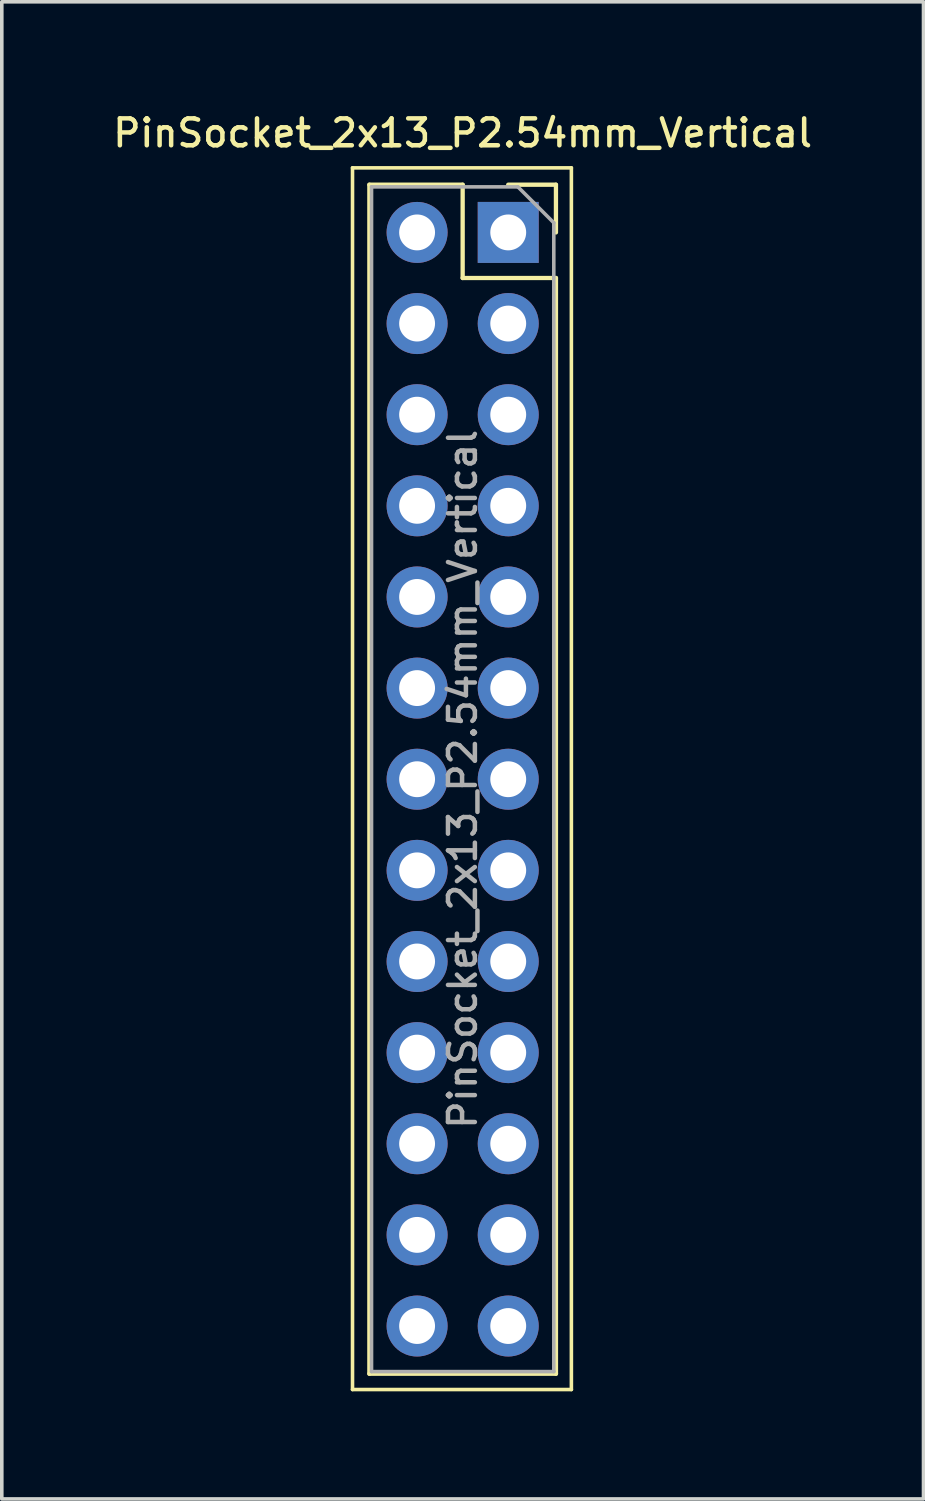
<source format=kicad_pcb>
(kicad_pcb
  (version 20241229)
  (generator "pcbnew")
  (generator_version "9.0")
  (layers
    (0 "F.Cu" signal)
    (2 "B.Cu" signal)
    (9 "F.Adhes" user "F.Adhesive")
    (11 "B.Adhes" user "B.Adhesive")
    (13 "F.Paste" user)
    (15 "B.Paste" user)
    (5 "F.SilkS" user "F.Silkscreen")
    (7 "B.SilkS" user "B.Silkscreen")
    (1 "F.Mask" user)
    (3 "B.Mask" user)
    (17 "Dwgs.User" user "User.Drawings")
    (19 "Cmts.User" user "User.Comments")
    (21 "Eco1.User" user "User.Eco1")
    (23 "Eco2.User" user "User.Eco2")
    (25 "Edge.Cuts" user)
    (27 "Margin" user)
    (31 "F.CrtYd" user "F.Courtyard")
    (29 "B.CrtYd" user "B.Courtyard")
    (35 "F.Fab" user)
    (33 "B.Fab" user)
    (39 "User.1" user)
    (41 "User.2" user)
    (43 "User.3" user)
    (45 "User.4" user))
  (footprint "PinSocket_2x13_P2.54mm_Vertical"
    (layer "F.Cu")
    (at 11.115 3.428)
    (property "Reference" "PinSocket_2x13_P2.54mm_Vertical" (at -1.27 -2.77 0) (layer "F.SilkS") (effects (font (size 0.75 0.75) (thickness 0.125))))
    (attr through_hole)
    (fp_line (start -4.34 -1.8) (end 1.76 -1.8) (stroke (width 0.1) (type solid)) (layer "F.SilkS"))
    (fp_line (start -4.34 32.25) (end -4.34 -1.8) (stroke (width 0.1) (type solid)) (layer "F.SilkS"))
    (fp_line (start -3.87 -1.33) (end -3.87 31.81) (stroke (width 0.12) (type solid)) (layer "F.SilkS"))
    (fp_line (start -3.87 -1.33) (end -1.27 -1.33) (stroke (width 0.12) (type solid)) (layer "F.SilkS"))
    (fp_line (start -3.87 31.81) (end 1.33 31.81) (stroke (width 0.12) (type solid)) (layer "F.SilkS"))
    (fp_line (start -1.27 -1.33) (end -1.27 1.27) (stroke (width 0.12) (type solid)) (layer "F.SilkS"))
    (fp_line (start -1.27 1.27) (end 1.33 1.27) (stroke (width 0.12) (type solid)) (layer "F.SilkS"))
    (fp_line (start 0 -1.33) (end 1.33 -1.33) (stroke (width 0.12) (type solid)) (layer "F.SilkS"))
    (fp_line (start 1.33 -1.33) (end 1.33 0) (stroke (width 0.12) (type solid)) (layer "F.SilkS"))
    (fp_line (start 1.33 1.27) (end 1.33 31.81) (stroke (width 0.12) (type solid)) (layer "F.SilkS"))
    (fp_line (start 1.76 -1.8) (end 1.76 32.25) (stroke (width 0.1) (type solid)) (layer "F.SilkS"))
    (fp_line (start 1.76 32.25) (end -4.34 32.25) (stroke (width 0.1) (type solid)) (layer "F.SilkS"))
    (fp_line (start -3.81 -1.27) (end 0.27 -1.27) (stroke (width 0.1) (type solid)) (layer "F.Fab"))
    (fp_line (start -3.81 31.75) (end -3.81 -1.27) (stroke (width 0.1) (type solid)) (layer "F.Fab"))
    (fp_line (start 0.27 -1.27) (end 1.27 -0.27) (stroke (width 0.1) (type solid)) (layer "F.Fab"))
    (fp_line (start 1.27 -0.27) (end 1.27 31.75) (stroke (width 0.1) (type solid)) (layer "F.Fab"))
    (fp_line (start 1.27 31.75) (end -3.81 31.75) (stroke (width 0.1) (type solid)) (layer "F.Fab"))
    (fp_text user "${REFERENCE}" (at -1.27 15.24 90) (layer "F.Fab") (effects (font (size 0.75 0.75) (thickness 0.125))))
    (pad "1" thru_hole rect (at 0 0) (size 1.7 1.7) (drill 1) (layers "*.Cu" "*.Mask"))
    (pad "2" thru_hole oval (at -2.54 0) (size 1.7 1.7) (drill 1) (layers "*.Cu" "*.Mask"))
    (pad "3" thru_hole oval (at 0 2.54) (size 1.7 1.7) (drill 1) (layers "*.Cu" "*.Mask"))
    (pad "4" thru_hole oval (at -2.54 2.54) (size 1.7 1.7) (drill 1) (layers "*.Cu" "*.Mask"))
    (pad "5" thru_hole oval (at 0 5.08) (size 1.7 1.7) (drill 1) (layers "*.Cu" "*.Mask"))
    (pad "6" thru_hole oval (at -2.54 5.08) (size 1.7 1.7) (drill 1) (layers "*.Cu" "*.Mask"))
    (pad "7" thru_hole oval (at 0 7.62) (size 1.7 1.7) (drill 1) (layers "*.Cu" "*.Mask"))
    (pad "8" thru_hole oval (at -2.54 7.62) (size 1.7 1.7) (drill 1) (layers "*.Cu" "*.Mask"))
    (pad "9" thru_hole oval (at 0 10.16) (size 1.7 1.7) (drill 1) (layers "*.Cu" "*.Mask"))
    (pad "10" thru_hole oval (at -2.54 10.16) (size 1.7 1.7) (drill 1) (layers "*.Cu" "*.Mask"))
    (pad "11" thru_hole oval (at 0 12.7) (size 1.7 1.7) (drill 1) (layers "*.Cu" "*.Mask"))
    (pad "12" thru_hole oval (at -2.54 12.7) (size 1.7 1.7) (drill 1) (layers "*.Cu" "*.Mask"))
    (pad "13" thru_hole oval (at 0 15.24) (size 1.7 1.7) (drill 1) (layers "*.Cu" "*.Mask"))
    (pad "14" thru_hole oval (at -2.54 15.24) (size 1.7 1.7) (drill 1) (layers "*.Cu" "*.Mask"))
    (pad "15" thru_hole oval (at 0 17.78) (size 1.7 1.7) (drill 1) (layers "*.Cu" "*.Mask"))
    (pad "16" thru_hole oval (at -2.54 17.78) (size 1.7 1.7) (drill 1) (layers "*.Cu" "*.Mask"))
    (pad "17" thru_hole oval (at 0 20.32) (size 1.7 1.7) (drill 1) (layers "*.Cu" "*.Mask"))
    (pad "18" thru_hole oval (at -2.54 20.32) (size 1.7 1.7) (drill 1) (layers "*.Cu" "*.Mask"))
    (pad "19" thru_hole oval (at 0 22.86) (size 1.7 1.7) (drill 1) (layers "*.Cu" "*.Mask"))
    (pad "20" thru_hole oval (at -2.54 22.86) (size 1.7 1.7) (drill 1) (layers "*.Cu" "*.Mask"))
    (pad "21" thru_hole oval (at 0 25.4) (size 1.7 1.7) (drill 1) (layers "*.Cu" "*.Mask"))
    (pad "22" thru_hole oval (at -2.54 25.4) (size 1.7 1.7) (drill 1) (layers "*.Cu" "*.Mask"))
    (pad "23" thru_hole oval (at 0 27.94) (size 1.7 1.7) (drill 1) (layers "*.Cu" "*.Mask"))
    (pad "24" thru_hole oval (at -2.54 27.94) (size 1.7 1.7) (drill 1) (layers "*.Cu" "*.Mask"))
    (pad "25" thru_hole oval (at 0 30.48) (size 1.7 1.7) (drill 1) (layers "*.Cu" "*.Mask"))
    (pad "26" thru_hole oval (at -2.54 30.48) (size 1.7 1.7) (drill 1) (layers "*.Cu" "*.Mask")))
  (gr_rect
    (start -3 -3)
    (end 22.689 38.728)
    (stroke (width 0.1) (type default))
    (fill no)
    (layer "Edge.Cuts")))
</source>
